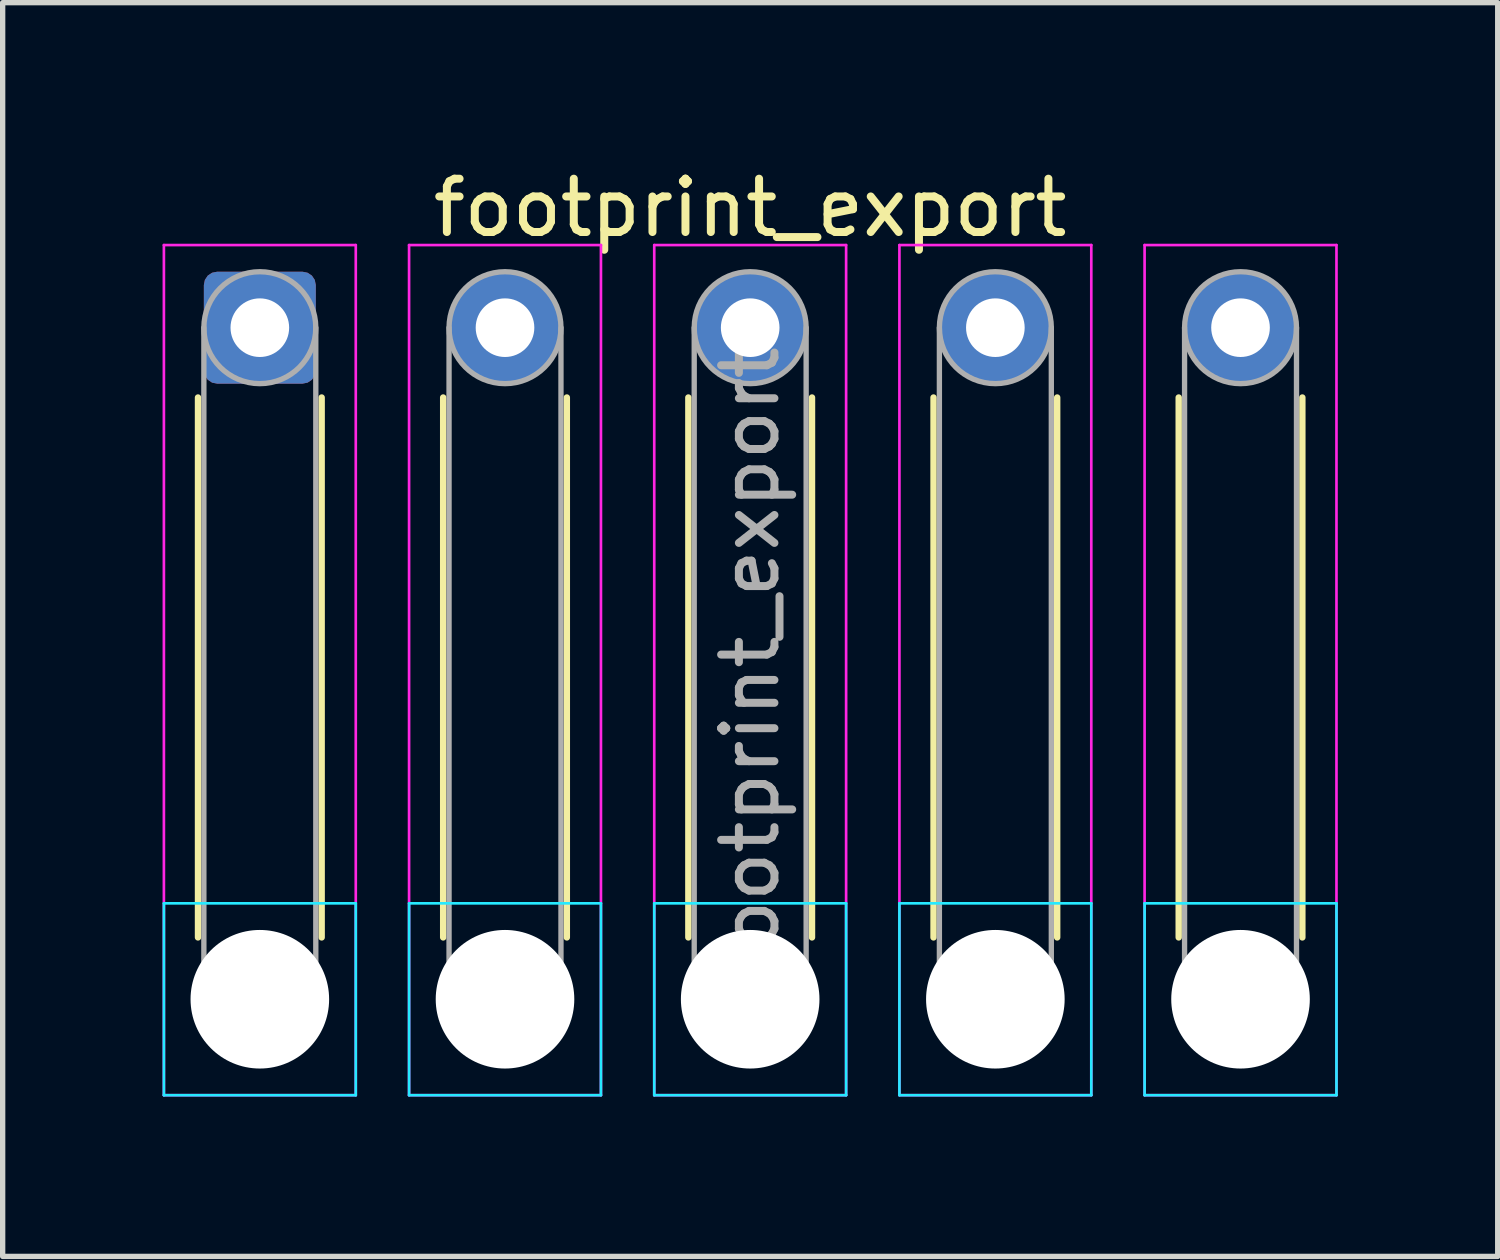
<source format=kicad_pcb>
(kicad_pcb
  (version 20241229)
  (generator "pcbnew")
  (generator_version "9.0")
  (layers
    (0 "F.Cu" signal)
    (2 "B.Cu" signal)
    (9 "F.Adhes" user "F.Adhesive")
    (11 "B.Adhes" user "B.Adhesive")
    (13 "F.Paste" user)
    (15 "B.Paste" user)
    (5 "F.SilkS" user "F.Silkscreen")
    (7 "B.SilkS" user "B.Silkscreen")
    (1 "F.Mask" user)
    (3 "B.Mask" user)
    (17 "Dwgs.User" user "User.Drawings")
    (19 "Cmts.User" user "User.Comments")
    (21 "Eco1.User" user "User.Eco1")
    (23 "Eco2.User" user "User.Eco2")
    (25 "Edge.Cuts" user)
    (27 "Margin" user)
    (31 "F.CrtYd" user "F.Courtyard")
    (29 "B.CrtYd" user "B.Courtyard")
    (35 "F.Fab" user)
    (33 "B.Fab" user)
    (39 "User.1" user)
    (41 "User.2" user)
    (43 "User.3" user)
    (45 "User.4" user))
  (footprint "footprint_export"
    (layer "F.Cu")
    (at 1.825 3.098)
    (property "Reference" "footprint_export" (at 9.2 -2.25 0) (layer "F.SilkS") (effects (font (size 1 1) (thickness 0.15))))
    (attr exclude_from_pos_files exclude_from_bom)
    (fp_line (start -1.16 1.31) (end -1.16 11.44) (stroke (width 0.12) (type solid)) (layer "F.SilkS"))
    (fp_line (start 1.16 1.31) (end 1.16 11.44) (stroke (width 0.12) (type solid)) (layer "F.SilkS"))
    (fp_line (start 3.44 1.31) (end 3.44 11.44) (stroke (width 0.12) (type solid)) (layer "F.SilkS"))
    (fp_line (start 5.76 1.31) (end 5.76 11.44) (stroke (width 0.12) (type solid)) (layer "F.SilkS"))
    (fp_line (start 8.04 1.31) (end 8.04 11.44) (stroke (width 0.12) (type solid)) (layer "F.SilkS"))
    (fp_line (start 10.36 1.31) (end 10.36 11.44) (stroke (width 0.12) (type solid)) (layer "F.SilkS"))
    (fp_line (start 12.64 1.31) (end 12.64 11.44) (stroke (width 0.12) (type solid)) (layer "F.SilkS"))
    (fp_line (start 14.96 1.31) (end 14.96 11.44) (stroke (width 0.12) (type solid)) (layer "F.SilkS"))
    (fp_line (start 17.24 1.31) (end 17.24 11.44) (stroke (width 0.12) (type solid)) (layer "F.SilkS"))
    (fp_line (start 19.56 1.31) (end 19.56 11.44) (stroke (width 0.12) (type solid)) (layer "F.SilkS"))
    (fp_line (start -1.8 10.8) (end -1.8 14.4) (stroke (width 0.05) (type solid)) (layer "B.CrtYd"))
    (fp_line (start -1.8 14.4) (end 1.8 14.4) (stroke (width 0.05) (type solid)) (layer "B.CrtYd"))
    (fp_line (start 1.8 10.8) (end -1.8 10.8) (stroke (width 0.05) (type solid)) (layer "B.CrtYd"))
    (fp_line (start 1.8 14.4) (end 1.8 10.8) (stroke (width 0.05) (type solid)) (layer "B.CrtYd"))
    (fp_line (start 2.8 10.8) (end 2.8 14.4) (stroke (width 0.05) (type solid)) (layer "B.CrtYd"))
    (fp_line (start 2.8 14.4) (end 6.4 14.4) (stroke (width 0.05) (type solid)) (layer "B.CrtYd"))
    (fp_line (start 6.4 10.8) (end 2.8 10.8) (stroke (width 0.05) (type solid)) (layer "B.CrtYd"))
    (fp_line (start 6.4 14.4) (end 6.4 10.8) (stroke (width 0.05) (type solid)) (layer "B.CrtYd"))
    (fp_line (start 7.4 10.8) (end 7.4 14.4) (stroke (width 0.05) (type solid)) (layer "B.CrtYd"))
    (fp_line (start 7.4 14.4) (end 11 14.4) (stroke (width 0.05) (type solid)) (layer "B.CrtYd"))
    (fp_line (start 11 10.8) (end 7.4 10.8) (stroke (width 0.05) (type solid)) (layer "B.CrtYd"))
    (fp_line (start 11 14.4) (end 11 10.8) (stroke (width 0.05) (type solid)) (layer "B.CrtYd"))
    (fp_line (start 12 10.8) (end 12 14.4) (stroke (width 0.05) (type solid)) (layer "B.CrtYd"))
    (fp_line (start 12 14.4) (end 15.6 14.4) (stroke (width 0.05) (type solid)) (layer "B.CrtYd"))
    (fp_line (start 15.6 10.8) (end 12 10.8) (stroke (width 0.05) (type solid)) (layer "B.CrtYd"))
    (fp_line (start 15.6 14.4) (end 15.6 10.8) (stroke (width 0.05) (type solid)) (layer "B.CrtYd"))
    (fp_line (start 16.6 10.8) (end 16.6 14.4) (stroke (width 0.05) (type solid)) (layer "B.CrtYd"))
    (fp_line (start 16.6 14.4) (end 20.2 14.4) (stroke (width 0.05) (type solid)) (layer "B.CrtYd"))
    (fp_line (start 20.2 10.8) (end 16.6 10.8) (stroke (width 0.05) (type solid)) (layer "B.CrtYd"))
    (fp_line (start 20.2 14.4) (end 20.2 10.8) (stroke (width 0.05) (type solid)) (layer "B.CrtYd"))
    (fp_line (start -1.8 -1.55) (end -1.8 14.4) (stroke (width 0.05) (type solid)) (layer "F.CrtYd"))
    (fp_line (start -1.8 14.4) (end 1.8 14.4) (stroke (width 0.05) (type solid)) (layer "F.CrtYd"))
    (fp_line (start 1.8 -1.55) (end -1.8 -1.55) (stroke (width 0.05) (type solid)) (layer "F.CrtYd"))
    (fp_line (start 1.8 14.4) (end 1.8 -1.55) (stroke (width 0.05) (type solid)) (layer "F.CrtYd"))
    (fp_line (start 2.8 -1.55) (end 2.8 14.4) (stroke (width 0.05) (type solid)) (layer "F.CrtYd"))
    (fp_line (start 2.8 14.4) (end 6.4 14.4) (stroke (width 0.05) (type solid)) (layer "F.CrtYd"))
    (fp_line (start 6.4 -1.55) (end 2.8 -1.55) (stroke (width 0.05) (type solid)) (layer "F.CrtYd"))
    (fp_line (start 6.4 14.4) (end 6.4 -1.55) (stroke (width 0.05) (type solid)) (layer "F.CrtYd"))
    (fp_line (start 7.4 -1.55) (end 7.4 14.4) (stroke (width 0.05) (type solid)) (layer "F.CrtYd"))
    (fp_line (start 7.4 14.4) (end 11 14.4) (stroke (width 0.05) (type solid)) (layer "F.CrtYd"))
    (fp_line (start 11 -1.55) (end 7.4 -1.55) (stroke (width 0.05) (type solid)) (layer "F.CrtYd"))
    (fp_line (start 11 14.4) (end 11 -1.55) (stroke (width 0.05) (type solid)) (layer "F.CrtYd"))
    (fp_line (start 12 -1.55) (end 12 14.4) (stroke (width 0.05) (type solid)) (layer "F.CrtYd"))
    (fp_line (start 12 14.4) (end 15.6 14.4) (stroke (width 0.05) (type solid)) (layer "F.CrtYd"))
    (fp_line (start 15.6 -1.55) (end 12 -1.55) (stroke (width 0.05) (type solid)) (layer "F.CrtYd"))
    (fp_line (start 15.6 14.4) (end 15.6 -1.55) (stroke (width 0.05) (type solid)) (layer "F.CrtYd"))
    (fp_line (start 16.6 -1.55) (end 16.6 14.4) (stroke (width 0.05) (type solid)) (layer "F.CrtYd"))
    (fp_line (start 16.6 14.4) (end 20.2 14.4) (stroke (width 0.05) (type solid)) (layer "F.CrtYd"))
    (fp_line (start 20.2 -1.55) (end 16.6 -1.55) (stroke (width 0.05) (type solid)) (layer "F.CrtYd"))
    (fp_line (start 20.2 14.4) (end 20.2 -1.55) (stroke (width 0.05) (type solid)) (layer "F.CrtYd"))
    (fp_line (start -1.05 0) (end -1.05 12.6) (stroke (width 0.1) (type solid)) (layer "F.Fab"))
    (fp_line (start 1.05 0) (end 1.05 12.6) (stroke (width 0.1) (type solid)) (layer "F.Fab"))
    (fp_line (start 3.55 0) (end 3.55 12.6) (stroke (width 0.1) (type solid)) (layer "F.Fab"))
    (fp_line (start 5.65 0) (end 5.65 12.6) (stroke (width 0.1) (type solid)) (layer "F.Fab"))
    (fp_line (start 8.15 0) (end 8.15 12.6) (stroke (width 0.1) (type solid)) (layer "F.Fab"))
    (fp_line (start 10.25 0) (end 10.25 12.6) (stroke (width 0.1) (type solid)) (layer "F.Fab"))
    (fp_line (start 12.75 0) (end 12.75 12.6) (stroke (width 0.1) (type solid)) (layer "F.Fab"))
    (fp_line (start 14.85 0) (end 14.85 12.6) (stroke (width 0.1) (type solid)) (layer "F.Fab"))
    (fp_line (start 17.35 0) (end 17.35 12.6) (stroke (width 0.1) (type solid)) (layer "F.Fab"))
    (fp_line (start 19.45 0) (end 19.45 12.6) (stroke (width 0.1) (type solid)) (layer "F.Fab"))
    (fp_circle (center 0 0) (end 1.05 0) (stroke (width 0.1) (type solid)) (fill no) (layer "F.Fab"))
    (fp_circle (center 0 12.6) (end 1.05 12.6) (stroke (width 0.1) (type solid)) (fill no) (layer "F.Fab"))
    (fp_circle (center 4.6 0) (end 5.65 0) (stroke (width 0.1) (type solid)) (fill no) (layer "F.Fab"))
    (fp_circle (center 4.6 12.6) (end 5.65 12.6) (stroke (width 0.1) (type solid)) (fill no) (layer "F.Fab"))
    (fp_circle (center 9.2 0) (end 10.25 0) (stroke (width 0.1) (type solid)) (fill no) (layer "F.Fab"))
    (fp_circle (center 9.2 12.6) (end 10.25 12.6) (stroke (width 0.1) (type solid)) (fill no) (layer "F.Fab"))
    (fp_circle (center 13.8 0) (end 14.85 0) (stroke (width 0.1) (type solid)) (fill no) (layer "F.Fab"))
    (fp_circle (center 13.8 12.6) (end 14.85 12.6) (stroke (width 0.1) (type solid)) (fill no) (layer "F.Fab"))
    (fp_circle (center 18.4 0) (end 19.45 0) (stroke (width 0.1) (type solid)) (fill no) (layer "F.Fab"))
    (fp_circle (center 18.4 12.6) (end 19.45 12.6) (stroke (width 0.1) (type solid)) (fill no) (layer "F.Fab"))
    (fp_text user "${REFERENCE}" (at 9.2 6.3 90) (layer "F.Fab") (effects (font (size 1 1) (thickness 0.15))))
    (pad "" np_thru_hole circle (at 0 12.6) (size 2.6 2.6) (drill 2.6) (layers "*.Cu" "*.Mask"))
    (pad "" np_thru_hole circle (at 4.6 12.6) (size 2.6 2.6) (drill 2.6) (layers "*.Cu" "*.Mask"))
    (pad "" np_thru_hole circle (at 9.2 12.6) (size 2.6 2.6) (drill 2.6) (layers "*.Cu" "*.Mask"))
    (pad "" np_thru_hole circle (at 13.8 12.6) (size 2.6 2.6) (drill 2.6) (layers "*.Cu" "*.Mask"))
    (pad "" np_thru_hole circle (at 18.4 12.6) (size 2.6 2.6) (drill 2.6) (layers "*.Cu" "*.Mask"))
    (pad "1" thru_hole roundrect (at 0 0) (size 2.1 2.1) (drill 1.1) (layers "*.Cu" "*.Mask") (roundrect_rratio 0.119))
    (pad "2" thru_hole circle (at 4.6 0) (size 2.1 2.1) (drill 1.1) (layers "*.Cu" "*.Mask"))
    (pad "3" thru_hole circle (at 9.2 0) (size 2.1 2.1) (drill 1.1) (layers "*.Cu" "*.Mask"))
    (pad "4" thru_hole circle (at 13.8 0) (size 2.1 2.1) (drill 1.1) (layers "*.Cu" "*.Mask"))
    (pad "5" thru_hole circle (at 18.4 0) (size 2.1 2.1) (drill 1.1) (layers "*.Cu" "*.Mask")))
  (gr_rect
    (start -3 -3)
    (end 25.05 20.523)
    (stroke (width 0.1) (type default))
    (fill no)
    (layer "Edge.Cuts")))
</source>
